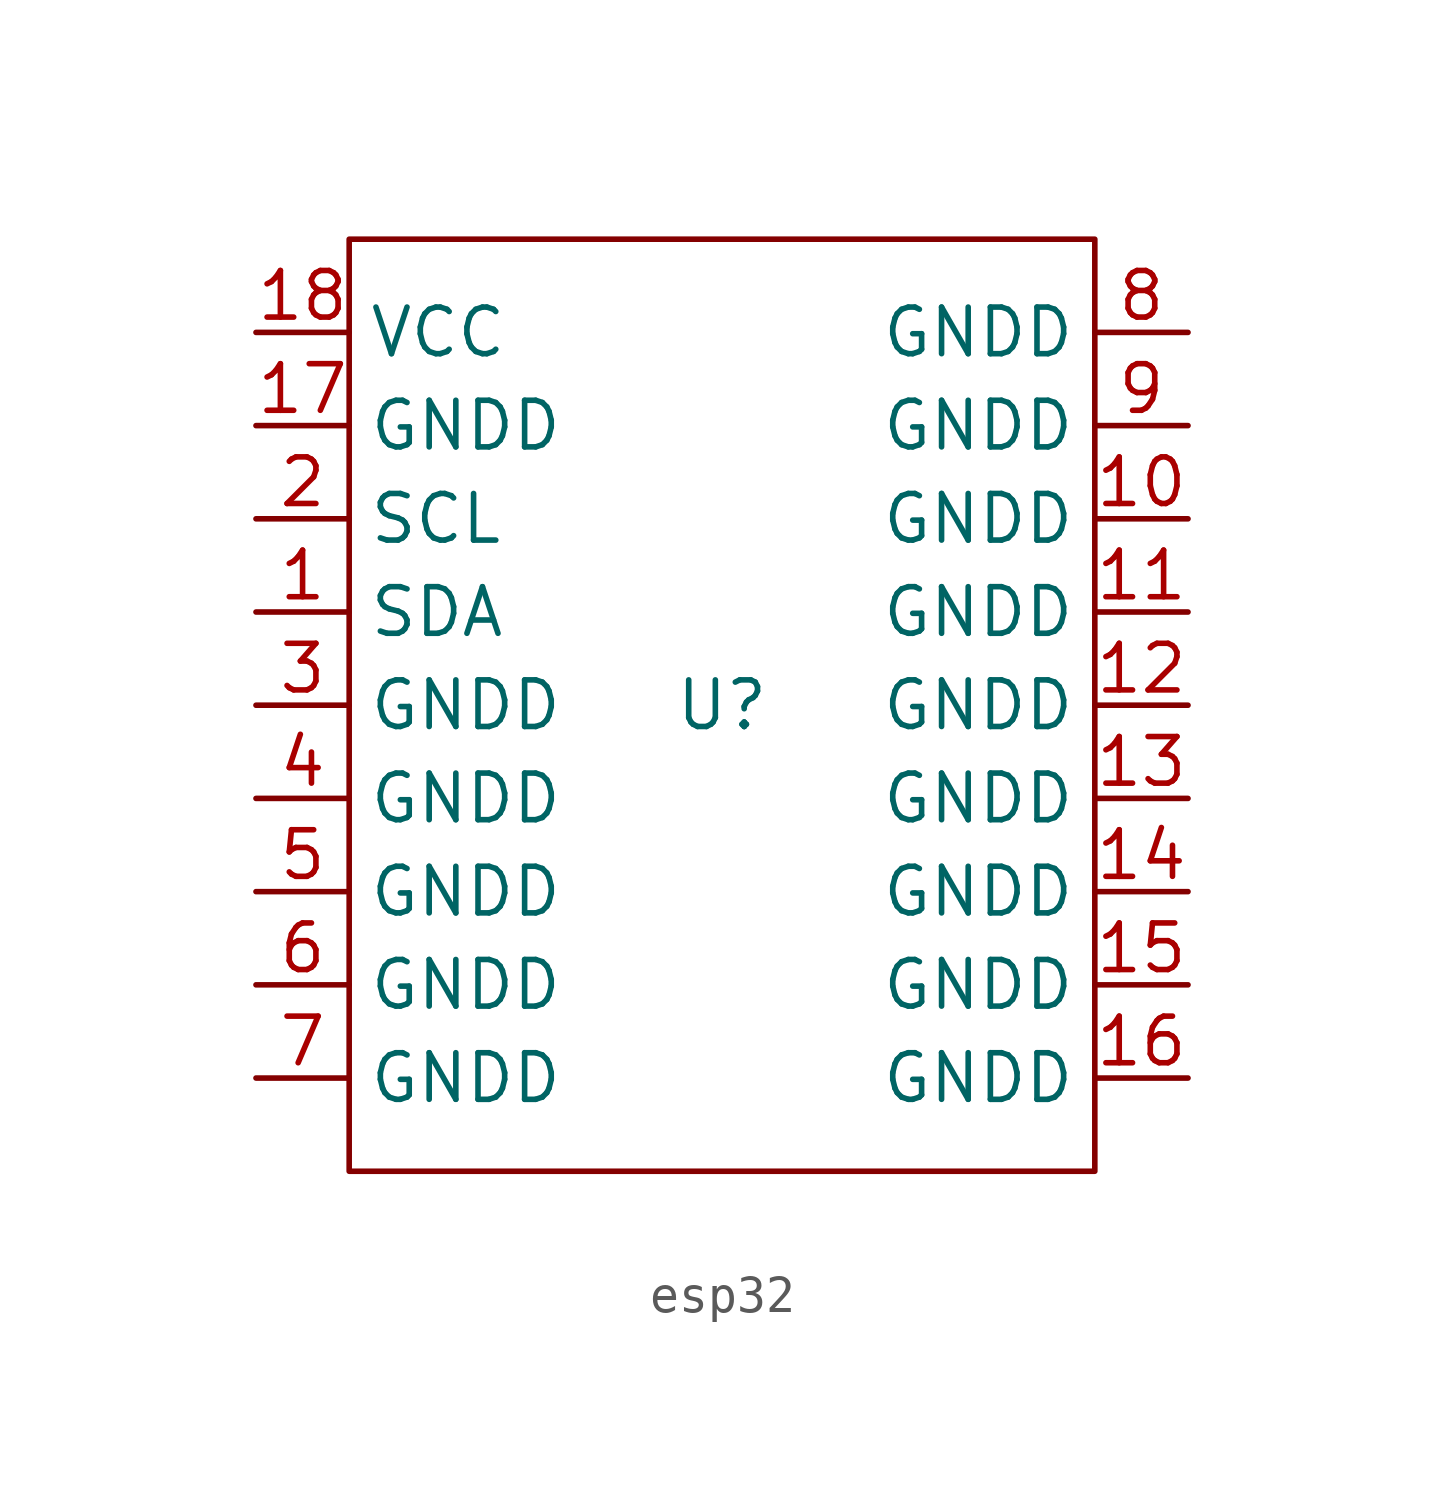
<source format=kicad_sym>
(kicad_symbol_lib
  (version 20231120)
  (generator "kicad_symbol_editor")
  (generator_version "8.0")
  (symbol "esp32"
    (property "Reference" "U"
      (at 0 0 0)
      (effects (font (size 1.27 1.27))))
    (property "Value" ""
      (at 0 0 0)
      (effects (font (size 1.27 1.27))))
    (symbol "esp32_0_1"
      (rectangle (start -10.16 12.7) (end 10.16 -12.7) (stroke (width 0) (type default)) (fill (type none))))
    (symbol "esp32_1_1"
      (pin bidirectional line (at -12.7 2.54 0) (length 2.54) (name "SDA" (effects (font (size 1.27 1.27)))) (number "1" (effects (font (size 1.27 1.27)))))
      (pin passive line (at 12.7 5.08 180) (length 2.54) (name "GNDD" (effects (font (size 1.27 1.27)))) (number "10" (effects (font (size 1.27 1.27)))))
      (pin passive line (at 12.7 2.54 180) (length 2.54) (name "GNDD" (effects (font (size 1.27 1.27)))) (number "11" (effects (font (size 1.27 1.27)))))
      (pin passive line (at 12.7 0 180) (length 2.54) (name "GNDD" (effects (font (size 1.27 1.27)))) (number "12" (effects (font (size 1.27 1.27)))))
      (pin passive line (at 12.7 -2.54 180) (length 2.54) (name "GNDD" (effects (font (size 1.27 1.27)))) (number "13" (effects (font (size 1.27 1.27)))))
      (pin passive line (at 12.7 -5.08 180) (length 2.54) (name "GNDD" (effects (font (size 1.27 1.27)))) (number "14" (effects (font (size 1.27 1.27)))))
      (pin passive line (at 12.7 -7.62 180) (length 2.54) (name "GNDD" (effects (font (size 1.27 1.27)))) (number "15" (effects (font (size 1.27 1.27)))))
      (pin passive line (at 12.7 -10.16 180) (length 2.54) (name "GNDD" (effects (font (size 1.27 1.27)))) (number "16" (effects (font (size 1.27 1.27)))))
      (pin passive line (at -12.7 7.62 0) (length 2.54) (name "GNDD" (effects (font (size 1.27 1.27)))) (number "17" (effects (font (size 1.27 1.27)))))
      (pin power_in line (at -12.7 10.16 0) (length 2.54) (name "VCC" (effects (font (size 1.27 1.27)))) (number "18" (effects (font (size 1.27 1.27)))))
      (pin bidirectional line (at -12.7 5.08 0) (length 2.54) (name "SCL" (effects (font (size 1.27 1.27)))) (number "2" (effects (font (size 1.27 1.27)))))
      (pin passive line (at -12.7 0 0) (length 2.54) (name "GNDD" (effects (font (size 1.27 1.27)))) (number "3" (effects (font (size 1.27 1.27)))))
      (pin passive line (at -12.7 -2.54 0) (length 2.54) (name "GNDD" (effects (font (size 1.27 1.27)))) (number "4" (effects (font (size 1.27 1.27)))))
      (pin passive line (at -12.7 -5.08 0) (length 2.54) (name "GNDD" (effects (font (size 1.27 1.27)))) (number "5" (effects (font (size 1.27 1.27)))))
      (pin passive line (at -12.7 -7.62 0) (length 2.54) (name "GNDD" (effects (font (size 1.27 1.27)))) (number "6" (effects (font (size 1.27 1.27)))))
      (pin passive line (at -12.7 -10.16 0) (length 2.54) (name "GNDD" (effects (font (size 1.27 1.27)))) (number "7" (effects (font (size 1.27 1.27)))))
      (pin passive line (at 12.7 10.16 180) (length 2.54) (name "GNDD" (effects (font (size 1.27 1.27)))) (number "8" (effects (font (size 1.27 1.27)))))
      (pin passive line (at 12.7 7.62 180) (length 2.54) (name "GNDD" (effects (font (size 1.27 1.27)))) (number "9" (effects (font (size 1.27 1.27))))))))
</source>
